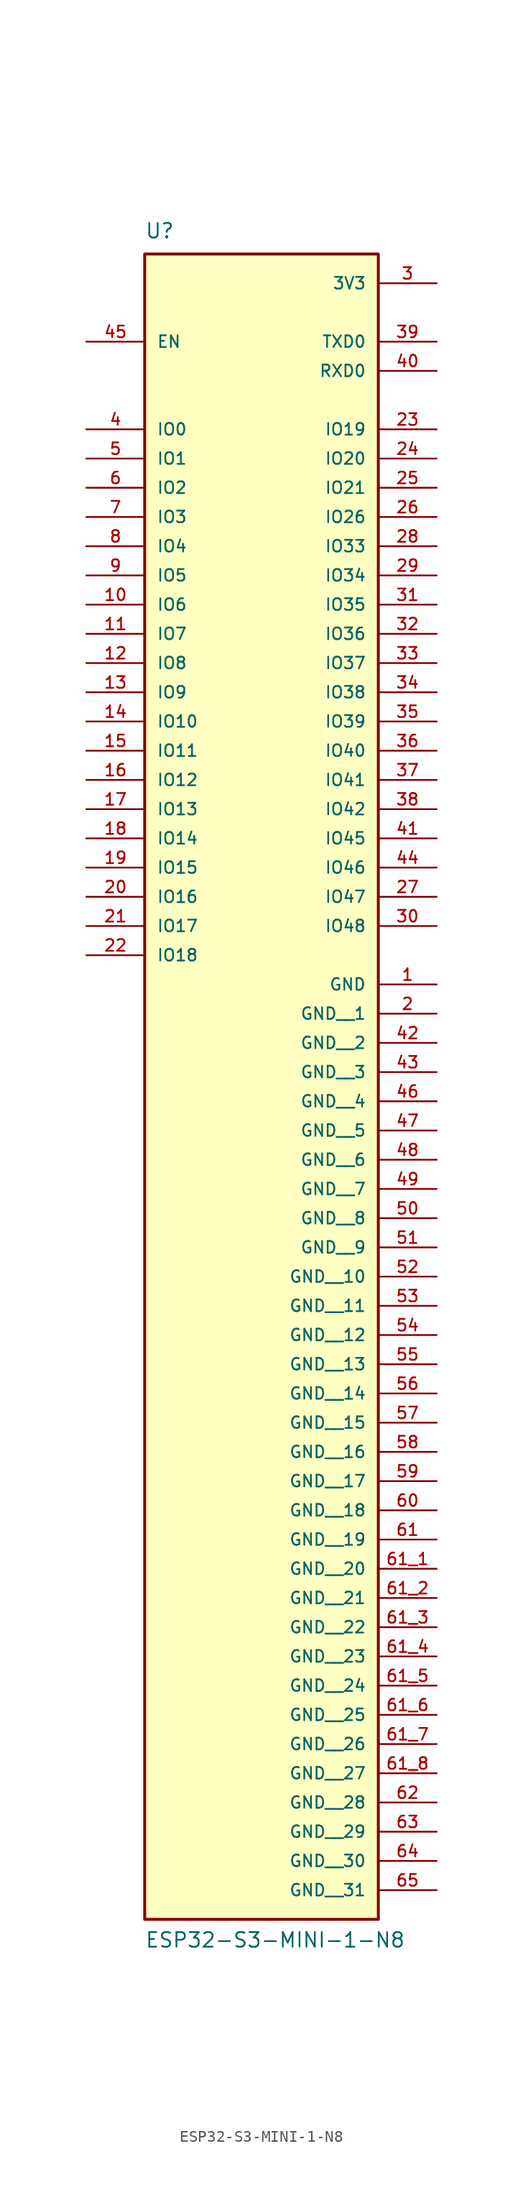
<source format=kicad_sym>
(kicad_symbol_lib
  (version 20241209)
  (generator "kicad_symbol_editor")
  (generator_version "9.0")
  (symbol "ESP32-S3-MINI-1-N8"
    (pin_names
      (offset 1.016))
    (property "Reference" "U"
      (at -10.16 34.29 0)
      (effects (font (size 1.27 1.27)) (justify left bottom)))
    (property "Value" "ESP32-S3-MINI-1-N8"
      (at -10.16 -114.3 0)
      (effects (font (size 1.27 1.27)) (justify left bottom)))
    (property "ki_locked" ""
      (at 0 0 0)
      (effects (font (size 1.27 1.27))))
    (symbol "ESP32-S3-MINI-1-N8_0_0"
      (rectangle (start -10.16 -111.76) (end 10.16 33.02) (stroke (width 0.254) (type solid)) (fill (type background)))
      (pin input line (at -15.24 25.4 0) (length 5.08) (name "EN" (effects (font (size 1.016 1.016)))) (number "45" (effects (font (size 1.016 1.016)))))
      (pin bidirectional line (at -15.24 17.78 0) (length 5.08) (name "IO0" (effects (font (size 1.016 1.016)))) (number "4" (effects (font (size 1.016 1.016)))))
      (pin bidirectional line (at -15.24 15.24 0) (length 5.08) (name "IO1" (effects (font (size 1.016 1.016)))) (number "5" (effects (font (size 1.016 1.016)))))
      (pin bidirectional line (at -15.24 12.7 0) (length 5.08) (name "IO2" (effects (font (size 1.016 1.016)))) (number "6" (effects (font (size 1.016 1.016)))))
      (pin bidirectional line (at -15.24 10.16 0) (length 5.08) (name "IO3" (effects (font (size 1.016 1.016)))) (number "7" (effects (font (size 1.016 1.016)))))
      (pin bidirectional line (at -15.24 7.62 0) (length 5.08) (name "IO4" (effects (font (size 1.016 1.016)))) (number "8" (effects (font (size 1.016 1.016)))))
      (pin bidirectional line (at -15.24 5.08 0) (length 5.08) (name "IO5" (effects (font (size 1.016 1.016)))) (number "9" (effects (font (size 1.016 1.016)))))
      (pin bidirectional line (at -15.24 2.54 0) (length 5.08) (name "IO6" (effects (font (size 1.016 1.016)))) (number "10" (effects (font (size 1.016 1.016)))))
      (pin bidirectional line (at -15.24 0 0) (length 5.08) (name "IO7" (effects (font (size 1.016 1.016)))) (number "11" (effects (font (size 1.016 1.016)))))
      (pin bidirectional line (at -15.24 -2.54 0) (length 5.08) (name "IO8" (effects (font (size 1.016 1.016)))) (number "12" (effects (font (size 1.016 1.016)))))
      (pin bidirectional line (at -15.24 -5.08 0) (length 5.08) (name "IO9" (effects (font (size 1.016 1.016)))) (number "13" (effects (font (size 1.016 1.016)))))
      (pin bidirectional line (at -15.24 -7.62 0) (length 5.08) (name "IO10" (effects (font (size 1.016 1.016)))) (number "14" (effects (font (size 1.016 1.016)))))
      (pin bidirectional line (at -15.24 -10.16 0) (length 5.08) (name "IO11" (effects (font (size 1.016 1.016)))) (number "15" (effects (font (size 1.016 1.016)))))
      (pin bidirectional line (at -15.24 -12.7 0) (length 5.08) (name "IO12" (effects (font (size 1.016 1.016)))) (number "16" (effects (font (size 1.016 1.016)))))
      (pin bidirectional line (at -15.24 -15.24 0) (length 5.08) (name "IO13" (effects (font (size 1.016 1.016)))) (number "17" (effects (font (size 1.016 1.016)))))
      (pin bidirectional line (at -15.24 -17.78 0) (length 5.08) (name "IO14" (effects (font (size 1.016 1.016)))) (number "18" (effects (font (size 1.016 1.016)))))
      (pin bidirectional line (at -15.24 -20.32 0) (length 5.08) (name "IO15" (effects (font (size 1.016 1.016)))) (number "19" (effects (font (size 1.016 1.016)))))
      (pin bidirectional line (at -15.24 -22.86 0) (length 5.08) (name "IO16" (effects (font (size 1.016 1.016)))) (number "20" (effects (font (size 1.016 1.016)))))
      (pin bidirectional line (at -15.24 -25.4 0) (length 5.08) (name "IO17" (effects (font (size 1.016 1.016)))) (number "21" (effects (font (size 1.016 1.016)))))
      (pin bidirectional line (at -15.24 -27.94 0) (length 5.08) (name "IO18" (effects (font (size 1.016 1.016)))) (number "22" (effects (font (size 1.016 1.016)))))
      (pin power_in line (at 15.24 30.48 180) (length 5.08) (name "3V3" (effects (font (size 1.016 1.016)))) (number "3" (effects (font (size 1.016 1.016)))))
      (pin bidirectional line (at 15.24 25.4 180) (length 5.08) (name "TXD0" (effects (font (size 1.016 1.016)))) (number "39" (effects (font (size 1.016 1.016)))))
      (pin bidirectional line (at 15.24 22.86 180) (length 5.08) (name "RXD0" (effects (font (size 1.016 1.016)))) (number "40" (effects (font (size 1.016 1.016)))))
      (pin bidirectional line (at 15.24 17.78 180) (length 5.08) (name "IO19" (effects (font (size 1.016 1.016)))) (number "23" (effects (font (size 1.016 1.016)))))
      (pin bidirectional line (at 15.24 15.24 180) (length 5.08) (name "IO20" (effects (font (size 1.016 1.016)))) (number "24" (effects (font (size 1.016 1.016)))))
      (pin bidirectional line (at 15.24 12.7 180) (length 5.08) (name "IO21" (effects (font (size 1.016 1.016)))) (number "25" (effects (font (size 1.016 1.016)))))
      (pin bidirectional line (at 15.24 10.16 180) (length 5.08) (name "IO26" (effects (font (size 1.016 1.016)))) (number "26" (effects (font (size 1.016 1.016)))))
      (pin bidirectional line (at 15.24 7.62 180) (length 5.08) (name "IO33" (effects (font (size 1.016 1.016)))) (number "28" (effects (font (size 1.016 1.016)))))
      (pin bidirectional line (at 15.24 5.08 180) (length 5.08) (name "IO34" (effects (font (size 1.016 1.016)))) (number "29" (effects (font (size 1.016 1.016)))))
      (pin bidirectional line (at 15.24 2.54 180) (length 5.08) (name "IO35" (effects (font (size 1.016 1.016)))) (number "31" (effects (font (size 1.016 1.016)))))
      (pin bidirectional line (at 15.24 0 180) (length 5.08) (name "IO36" (effects (font (size 1.016 1.016)))) (number "32" (effects (font (size 1.016 1.016)))))
      (pin bidirectional line (at 15.24 -2.54 180) (length 5.08) (name "IO37" (effects (font (size 1.016 1.016)))) (number "33" (effects (font (size 1.016 1.016)))))
      (pin bidirectional line (at 15.24 -5.08 180) (length 5.08) (name "IO38" (effects (font (size 1.016 1.016)))) (number "34" (effects (font (size 1.016 1.016)))))
      (pin bidirectional line (at 15.24 -7.62 180) (length 5.08) (name "IO39" (effects (font (size 1.016 1.016)))) (number "35" (effects (font (size 1.016 1.016)))))
      (pin bidirectional line (at 15.24 -10.16 180) (length 5.08) (name "IO40" (effects (font (size 1.016 1.016)))) (number "36" (effects (font (size 1.016 1.016)))))
      (pin bidirectional line (at 15.24 -12.7 180) (length 5.08) (name "IO41" (effects (font (size 1.016 1.016)))) (number "37" (effects (font (size 1.016 1.016)))))
      (pin bidirectional line (at 15.24 -15.24 180) (length 5.08) (name "IO42" (effects (font (size 1.016 1.016)))) (number "38" (effects (font (size 1.016 1.016)))))
      (pin bidirectional line (at 15.24 -17.78 180) (length 5.08) (name "IO45" (effects (font (size 1.016 1.016)))) (number "41" (effects (font (size 1.016 1.016)))))
      (pin bidirectional line (at 15.24 -20.32 180) (length 5.08) (name "IO46" (effects (font (size 1.016 1.016)))) (number "44" (effects (font (size 1.016 1.016)))))
      (pin bidirectional line (at 15.24 -22.86 180) (length 5.08) (name "IO47" (effects (font (size 1.016 1.016)))) (number "27" (effects (font (size 1.016 1.016)))))
      (pin bidirectional line (at 15.24 -25.4 180) (length 5.08) (name "IO48" (effects (font (size 1.016 1.016)))) (number "30" (effects (font (size 1.016 1.016)))))
      (pin power_in line (at 15.24 -30.48 180) (length 5.08) (name "GND" (effects (font (size 1.016 1.016)))) (number "1" (effects (font (size 1.016 1.016)))))
      (pin power_in line (at 15.24 -33.02 180) (length 5.08) (name "GND__1" (effects (font (size 1.016 1.016)))) (number "2" (effects (font (size 1.016 1.016)))))
      (pin power_in line (at 15.24 -35.56 180) (length 5.08) (name "GND__2" (effects (font (size 1.016 1.016)))) (number "42" (effects (font (size 1.016 1.016)))))
      (pin power_in line (at 15.24 -38.1 180) (length 5.08) (name "GND__3" (effects (font (size 1.016 1.016)))) (number "43" (effects (font (size 1.016 1.016)))))
      (pin power_in line (at 15.24 -40.64 180) (length 5.08) (name "GND__4" (effects (font (size 1.016 1.016)))) (number "46" (effects (font (size 1.016 1.016)))))
      (pin power_in line (at 15.24 -43.18 180) (length 5.08) (name "GND__5" (effects (font (size 1.016 1.016)))) (number "47" (effects (font (size 1.016 1.016)))))
      (pin power_in line (at 15.24 -45.72 180) (length 5.08) (name "GND__6" (effects (font (size 1.016 1.016)))) (number "48" (effects (font (size 1.016 1.016)))))
      (pin power_in line (at 15.24 -48.26 180) (length 5.08) (name "GND__7" (effects (font (size 1.016 1.016)))) (number "49" (effects (font (size 1.016 1.016)))))
      (pin power_in line (at 15.24 -50.8 180) (length 5.08) (name "GND__8" (effects (font (size 1.016 1.016)))) (number "50" (effects (font (size 1.016 1.016)))))
      (pin power_in line (at 15.24 -53.34 180) (length 5.08) (name "GND__9" (effects (font (size 1.016 1.016)))) (number "51" (effects (font (size 1.016 1.016)))))
      (pin power_in line (at 15.24 -55.88 180) (length 5.08) (name "GND__10" (effects (font (size 1.016 1.016)))) (number "52" (effects (font (size 1.016 1.016)))))
      (pin power_in line (at 15.24 -58.42 180) (length 5.08) (name "GND__11" (effects (font (size 1.016 1.016)))) (number "53" (effects (font (size 1.016 1.016)))))
      (pin power_in line (at 15.24 -60.96 180) (length 5.08) (name "GND__12" (effects (font (size 1.016 1.016)))) (number "54" (effects (font (size 1.016 1.016)))))
      (pin power_in line (at 15.24 -63.5 180) (length 5.08) (name "GND__13" (effects (font (size 1.016 1.016)))) (number "55" (effects (font (size 1.016 1.016)))))
      (pin power_in line (at 15.24 -66.04 180) (length 5.08) (name "GND__14" (effects (font (size 1.016 1.016)))) (number "56" (effects (font (size 1.016 1.016)))))
      (pin power_in line (at 15.24 -68.58 180) (length 5.08) (name "GND__15" (effects (font (size 1.016 1.016)))) (number "57" (effects (font (size 1.016 1.016)))))
      (pin power_in line (at 15.24 -71.12 180) (length 5.08) (name "GND__16" (effects (font (size 1.016 1.016)))) (number "58" (effects (font (size 1.016 1.016)))))
      (pin power_in line (at 15.24 -73.66 180) (length 5.08) (name "GND__17" (effects (font (size 1.016 1.016)))) (number "59" (effects (font (size 1.016 1.016)))))
      (pin power_in line (at 15.24 -76.2 180) (length 5.08) (name "GND__18" (effects (font (size 1.016 1.016)))) (number "60" (effects (font (size 1.016 1.016)))))
      (pin power_in line (at 15.24 -78.74 180) (length 5.08) (name "GND__19" (effects (font (size 1.016 1.016)))) (number "61" (effects (font (size 1.016 1.016)))))
      (pin power_in line (at 15.24 -81.28 180) (length 5.08) (name "GND__20" (effects (font (size 1.016 1.016)))) (number "61_1" (effects (font (size 1.016 1.016)))))
      (pin power_in line (at 15.24 -83.82 180) (length 5.08) (name "GND__21" (effects (font (size 1.016 1.016)))) (number "61_2" (effects (font (size 1.016 1.016)))))
      (pin power_in line (at 15.24 -86.36 180) (length 5.08) (name "GND__22" (effects (font (size 1.016 1.016)))) (number "61_3" (effects (font (size 1.016 1.016)))))
      (pin power_in line (at 15.24 -88.9 180) (length 5.08) (name "GND__23" (effects (font (size 1.016 1.016)))) (number "61_4" (effects (font (size 1.016 1.016)))))
      (pin power_in line (at 15.24 -91.44 180) (length 5.08) (name "GND__24" (effects (font (size 1.016 1.016)))) (number "61_5" (effects (font (size 1.016 1.016)))))
      (pin power_in line (at 15.24 -93.98 180) (length 5.08) (name "GND__25" (effects (font (size 1.016 1.016)))) (number "61_6" (effects (font (size 1.016 1.016)))))
      (pin power_in line (at 15.24 -96.52 180) (length 5.08) (name "GND__26" (effects (font (size 1.016 1.016)))) (number "61_7" (effects (font (size 1.016 1.016)))))
      (pin power_in line (at 15.24 -99.06 180) (length 5.08) (name "GND__27" (effects (font (size 1.016 1.016)))) (number "61_8" (effects (font (size 1.016 1.016)))))
      (pin power_in line (at 15.24 -101.6 180) (length 5.08) (name "GND__28" (effects (font (size 1.016 1.016)))) (number "62" (effects (font (size 1.016 1.016)))))
      (pin power_in line (at 15.24 -104.14 180) (length 5.08) (name "GND__29" (effects (font (size 1.016 1.016)))) (number "63" (effects (font (size 1.016 1.016)))))
      (pin power_in line (at 15.24 -106.68 180) (length 5.08) (name "GND__30" (effects (font (size 1.016 1.016)))) (number "64" (effects (font (size 1.016 1.016)))))
      (pin power_in line (at 15.24 -109.22 180) (length 5.08) (name "GND__31" (effects (font (size 1.016 1.016)))) (number "65" (effects (font (size 1.016 1.016))))))))
</source>
